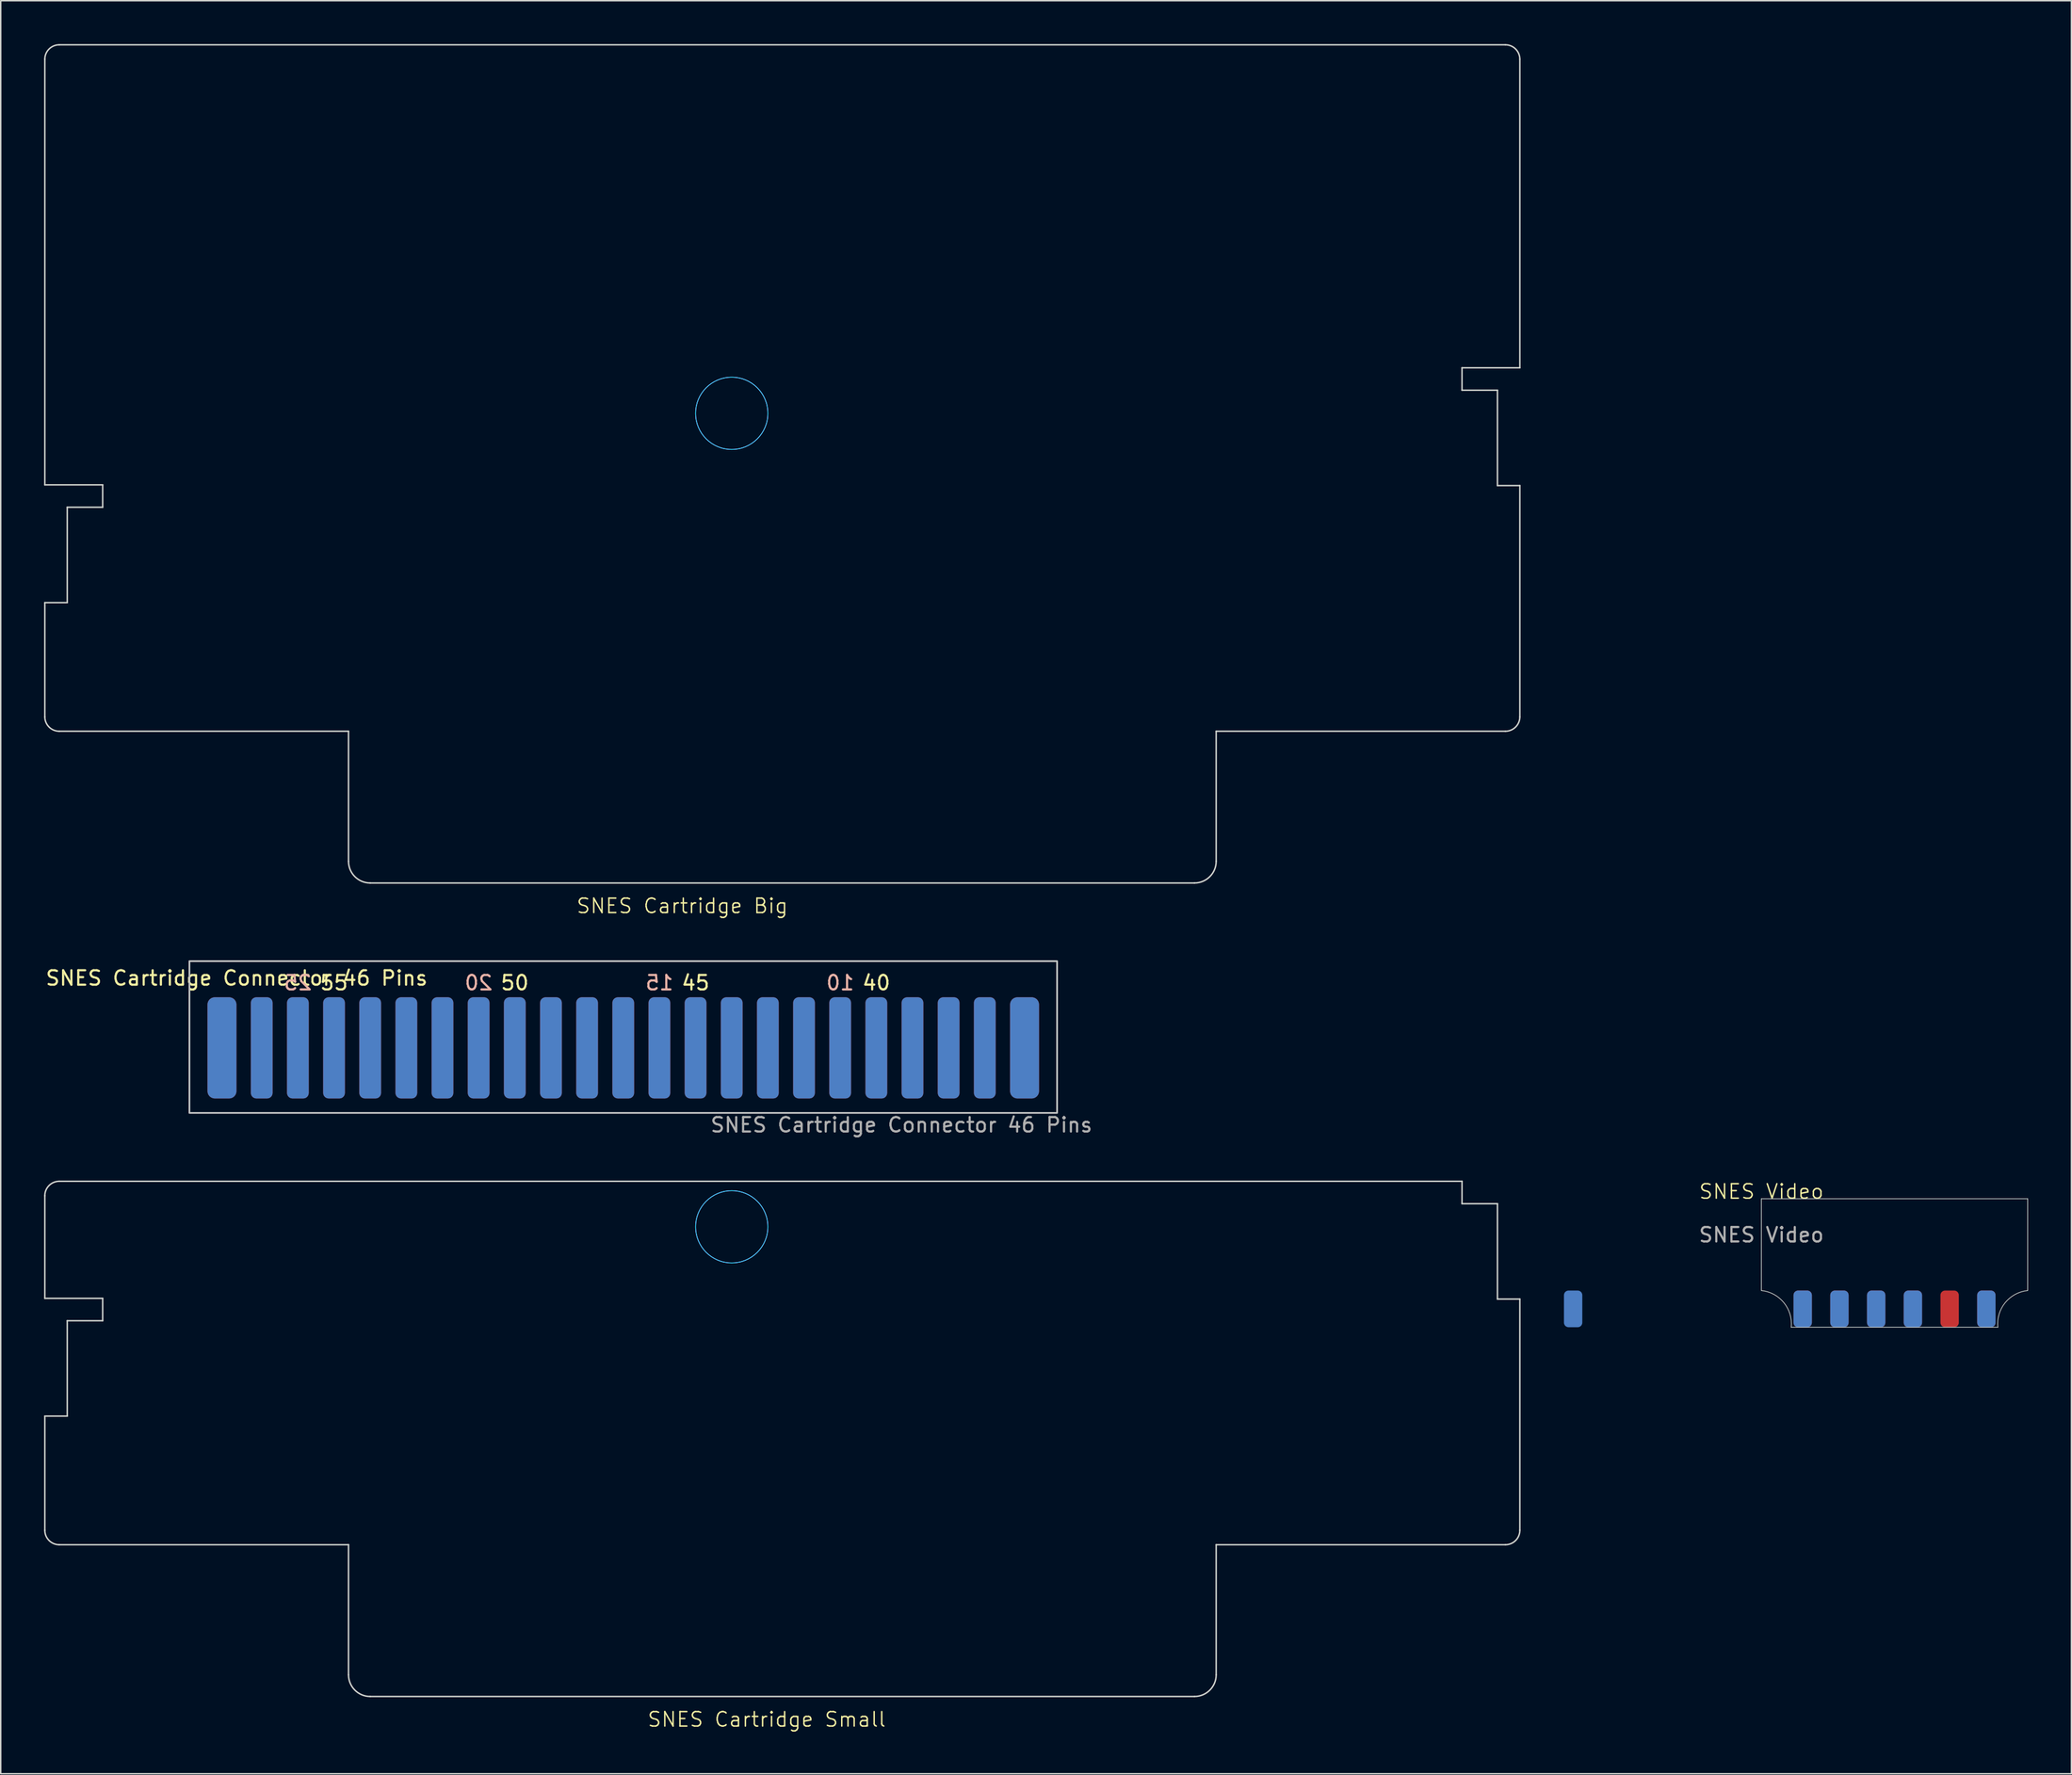
<source format=kicad_pcb>
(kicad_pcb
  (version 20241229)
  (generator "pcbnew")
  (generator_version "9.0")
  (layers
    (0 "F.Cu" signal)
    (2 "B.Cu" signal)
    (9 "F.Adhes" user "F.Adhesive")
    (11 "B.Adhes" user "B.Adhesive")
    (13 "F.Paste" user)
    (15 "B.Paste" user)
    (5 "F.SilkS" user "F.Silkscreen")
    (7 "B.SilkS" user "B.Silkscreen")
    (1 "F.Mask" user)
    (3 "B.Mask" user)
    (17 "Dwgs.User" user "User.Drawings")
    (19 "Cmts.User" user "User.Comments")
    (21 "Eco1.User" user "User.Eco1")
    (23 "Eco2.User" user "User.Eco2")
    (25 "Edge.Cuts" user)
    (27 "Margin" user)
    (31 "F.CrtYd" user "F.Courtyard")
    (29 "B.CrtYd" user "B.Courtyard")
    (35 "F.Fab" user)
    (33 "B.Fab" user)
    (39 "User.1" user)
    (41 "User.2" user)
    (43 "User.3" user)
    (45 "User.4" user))
  (footprint "SNES Cartridge Big"
    (layer "F.Cu")
    (at 23.3 53.55)
    (property "Reference" "SNES Cartridge Big" (at 20.828 6.088 0) (unlocked yes) (layer "F.SilkS") (effects (font (size 1 1) (thickness 0.1))))
    (fp_line (start -23.25 -52.5) (end -23.25 -23.05) (stroke (width 0.1) (type solid)) (layer "Edge.Cuts"))
    (fp_line (start -23.25 -14.9) (end -21.7 -14.9) (stroke (width 0.1) (type solid)) (layer "Edge.Cuts"))
    (fp_line (start -23.25 -7) (end -23.25 -14.9) (stroke (width 0.1) (type solid)) (layer "Edge.Cuts"))
    (fp_line (start -21.7 -21.5) (end -19.25 -21.5) (stroke (width 0.1) (type solid)) (layer "Edge.Cuts"))
    (fp_line (start -21.7 -14.9) (end -21.7 -21.5) (stroke (width 0.1) (type solid)) (layer "Edge.Cuts"))
    (fp_line (start -19.25 -23.05) (end -23.25 -23.05) (stroke (width 0.1) (type solid)) (layer "Edge.Cuts"))
    (fp_line (start -19.25 -23.05) (end -19.25 -21.5) (stroke (width 0.1) (type solid)) (layer "Edge.Cuts"))
    (fp_line (start -2.25 -6) (end -22.25 -6) (stroke (width 0.1) (type solid)) (layer "Edge.Cuts"))
    (fp_line (start -2.25 3) (end -2.25 -6) (stroke (width 0.1) (type solid)) (layer "Edge.Cuts"))
    (fp_line (start 56.25 4.5) (end -0.75 4.5) (stroke (width 0.1) (type solid)) (layer "Edge.Cuts"))
    (fp_line (start 57.75 -6) (end 57.75 3) (stroke (width 0.1) (type solid)) (layer "Edge.Cuts"))
    (fp_line (start 74.75 -31.15) (end 74.75 -29.6) (stroke (width 0.1) (type solid)) (layer "Edge.Cuts"))
    (fp_line (start 74.75 -29.6) (end 77.2 -29.6) (stroke (width 0.1) (type solid)) (layer "Edge.Cuts"))
    (fp_line (start 77.2 -29.6) (end 77.2 -23) (stroke (width 0.1) (type solid)) (layer "Edge.Cuts"))
    (fp_line (start 77.2 -23) (end 78.75 -23) (stroke (width 0.1) (type solid)) (layer "Edge.Cuts"))
    (fp_line (start 77.75 -53.5) (end -22.25 -53.5) (stroke (width 0.1) (type solid)) (layer "Edge.Cuts"))
    (fp_line (start 77.75 -6) (end 57.75 -6) (stroke (width 0.1) (type solid)) (layer "Edge.Cuts"))
    (fp_line (start 78.75 -52.5) (end 78.75 -31.15) (stroke (width 0.1) (type default)) (layer "Edge.Cuts"))
    (fp_line (start 78.75 -31.15) (end 74.75 -31.15) (stroke (width 0.1) (type default)) (layer "Edge.Cuts"))
    (fp_line (start 78.75 -23) (end 78.75 -7) (stroke (width 0.1) (type solid)) (layer "Edge.Cuts"))
    (fp_arc (start -23.25 -52.5) (mid -22.957107 -53.207107) (end -22.25 -53.5) (stroke (width 0.1) (type default)) (layer "Edge.Cuts"))
    (fp_arc (start -22.25 -6) (mid -22.957107 -6.292893) (end -23.25 -7) (stroke (width 0.1) (type default)) (layer "Edge.Cuts"))
    (fp_arc (start -0.75 4.5) (mid -1.81066 4.06066) (end -2.25 3) (stroke (width 0.1) (type default)) (layer "Edge.Cuts"))
    (fp_arc (start 57.75 3) (mid 57.31066 4.06066) (end 56.25 4.5) (stroke (width 0.1) (type default)) (layer "Edge.Cuts"))
    (fp_arc (start 77.75 -53.5) (mid 78.457107 -53.207107) (end 78.75 -52.5) (stroke (width 0.1) (type default)) (layer "Edge.Cuts"))
    (fp_arc (start 78.75 -7) (mid 78.457107 -6.292893) (end 77.75 -6) (stroke (width 0.1) (type default)) (layer "Edge.Cuts"))
    (fp_circle (center 24.25 -28) (end 26.75 -28) (stroke (width 0.05) (type solid)) (fill no) (layer "B.CrtYd"))
    (fp_circle (center 24.25 -28) (end 26.75 -28) (stroke (width 0.05) (type solid)) (fill no) (layer "F.CrtYd")))
  (footprint "SNES Video"
    (layer "F.Cu")
    (at 118.752 79.901)
    (property "Reference" "SNES Video" (at 0 -0.5 0) (unlocked yes) (layer "F.SilkS") (effects (font (size 1 1) (thickness 0.1))))
    (attr smd)
    (fp_line (start 0 0) (end 18.415 0) (stroke (width 0.05) (type default)) (layer "Edge.Cuts"))
    (fp_line (start 0 6.35) (end 0 0) (stroke (width 0.05) (type default)) (layer "Edge.Cuts"))
    (fp_line (start 16.351 8.89) (end 2.064 8.89) (stroke (width 0.05) (type default)) (layer "Edge.Cuts"))
    (fp_line (start 18.415 0) (end 18.415 6.35) (stroke (width 0.05) (type default)) (layer "Edge.Cuts"))
    (fp_arc (start 0 6.35) (mid 1.557926 7.192583) (end 2.06375 8.89) (stroke (width 0.05) (type default)) (layer "Edge.Cuts"))
    (fp_arc (start 16.35125 8.89) (mid 16.857074 7.192583) (end 18.415 6.35) (stroke (width 0.05) (type default)) (layer "Edge.Cuts"))
    (fp_text user "${REFERENCE}" (at 0 2.5 0) (unlocked yes) (layer "F.Fab") (effects (font (size 1 1) (thickness 0.15))))
    (pad "1" smd roundrect (at 2.857 7.62) (size 1.27 2.54) (layers "F.Cu" "F.Mask" "F.Paste") (roundrect_rratio 0.25))
    (pad "2" smd roundrect (at 2.857 7.62) (size 1.27 2.54) (layers "B.Cu" "B.Mask" "B.Paste") (roundrect_rratio 0.25))
    (pad "3" smd roundrect (at 5.397 7.62) (size 1.27 2.54) (layers "F.Cu" "F.Mask" "F.Paste") (roundrect_rratio 0.25))
    (pad "4" smd roundrect (at 5.397 7.62) (size 1.27 2.54) (layers "B.Cu" "B.Mask" "B.Paste") (roundrect_rratio 0.25))
    (pad "5" smd roundrect (at 7.938 7.62) (size 1.27 2.54) (layers "F.Cu" "F.Mask" "F.Paste") (roundrect_rratio 0.25))
    (pad "6" smd roundrect (at 7.938 7.62) (size 1.27 2.54) (layers "B.Cu" "B.Mask" "B.Paste") (roundrect_rratio 0.25))
    (pad "7" smd roundrect (at 10.477 7.62) (size 1.27 2.54) (layers "F.Cu" "F.Mask" "F.Paste") (roundrect_rratio 0.25))
    (pad "8" smd roundrect (at 10.477 7.62) (size 1.27 2.54) (layers "B.Cu" "B.Mask" "B.Paste") (roundrect_rratio 0.25))
    (pad "9" smd roundrect (at 13.018 7.62) (size 1.27 2.54) (layers "F.Cu" "F.Mask" "F.Paste") (roundrect_rratio 0.25))
    (pad "10" smd roundrect (at -13.018 7.62) (size 1.27 2.54) (layers "B.Cu" "B.Mask" "B.Paste") (roundrect_rratio 0.25))
    (pad "11" smd roundrect (at 15.557 7.62) (size 1.27 2.54) (layers "F.Cu" "F.Mask" "F.Paste") (roundrect_rratio 0.25))
    (pad "12" smd roundrect (at 15.557 7.62) (size 1.27 2.54) (layers "B.Cu" "B.Mask" "B.Paste") (roundrect_rratio 0.25)))
  (footprint "SNES Cartridge Connector 46 Pins"
    (layer "F.Cu")
    (at 12.299 69.459)
    (property "Reference" "SNES Cartridge Connector 46 Pins" (at 1.016 -4.826 0) (unlocked yes) (layer "F.SilkS") (effects (font (size 1 1) (thickness 0.15))))
    (attr smd)
    (fp_rect (start -2.25 -3.5) (end 57.75 4.5) (stroke (width 0.12) (type solid)) (fill yes) (layer "F.Mask"))
    (fp_rect (start -2.25 -3.5) (end 57.75 4.5) (stroke (width 0.12) (type solid)) (fill yes) (layer "B.Mask"))
    (fp_rect (start -2.25 4.5) (end 57.75 -6) (stroke (width 0.12) (type solid)) (fill no) (layer "Dwgs.User"))
    (fp_text user "45" (at 32.75 -4.5 0) (unlocked yes) (layer "F.SilkS") (effects (font (size 1 1) (thickness 0.15))))
    (fp_text user "40" (at 45.25 -4.5 0) (unlocked yes) (layer "F.SilkS") (effects (font (size 1 1) (thickness 0.15))))
    (fp_text user "50" (at 20.25 -4.5 0) (unlocked yes) (layer "F.SilkS") (effects (font (size 1 1) (thickness 0.15))))
    (fp_text user "55" (at 7.75 -4.5 0) (unlocked yes) (layer "F.SilkS") (effects (font (size 1 1) (thickness 0.15))))
    (fp_text user "25" (at 5.25 -4.5 0) (unlocked yes) (layer "B.SilkS") (effects (font (size 1 1) (thickness 0.15)) (justify mirror)))
    (fp_text user "20" (at 17.75 -4.5 0) (unlocked yes) (layer "B.SilkS") (effects (font (size 1 1) (thickness 0.15)) (justify mirror)))
    (fp_text user "15" (at 30.25 -4.5 0) (unlocked yes) (layer "B.SilkS") (effects (font (size 1 1) (thickness 0.15)) (justify mirror)))
    (fp_text user "10" (at 42.75 -4.5 0) (unlocked yes) (layer "B.SilkS") (effects (font (size 1 1) (thickness 0.15)) (justify mirror)))
    (fp_text user "${REFERENCE}" (at 46.99 5.334 0) (unlocked yes) (layer "F.Fab") (effects (font (size 1 1) (thickness 0.15))))
    (pad "5" connect roundrect (at 55.5 0) (size 2 7) (layers "B.Cu" "B.Mask") (roundrect_rratio 0.25))
    (pad "6" connect roundrect (at 52.75 0) (size 1.5 7) (layers "B.Cu" "B.Mask") (roundrect_rratio 0.25))
    (pad "7" connect roundrect (at 50.25 0) (size 1.5 7) (layers "B.Cu" "B.Mask") (roundrect_rratio 0.25))
    (pad "8" connect roundrect (at 47.75 0) (size 1.5 7) (layers "B.Cu" "B.Mask") (roundrect_rratio 0.25))
    (pad "9" connect roundrect (at 45.25 0) (size 1.5 7) (layers "B.Cu" "B.Mask") (roundrect_rratio 0.25))
    (pad "10" connect roundrect (at 42.75 0) (size 1.5 7) (layers "B.Cu" "B.Mask") (roundrect_rratio 0.25))
    (pad "11" connect roundrect (at 40.25 0) (size 1.5 7) (layers "B.Cu" "B.Mask") (roundrect_rratio 0.25))
    (pad "12" connect roundrect (at 37.75 0) (size 1.5 7) (layers "B.Cu" "B.Mask") (roundrect_rratio 0.25))
    (pad "13" connect roundrect (at 35.25 0) (size 1.5 7) (layers "B.Cu" "B.Mask") (roundrect_rratio 0.25))
    (pad "14" connect roundrect (at 32.75 0) (size 1.5 7) (layers "B.Cu" "B.Mask") (roundrect_rratio 0.25))
    (pad "15" connect roundrect (at 30.25 0) (size 1.5 7) (layers "B.Cu" "B.Mask") (roundrect_rratio 0.25))
    (pad "16" connect roundrect (at 27.75 0) (size 1.5 7) (layers "B.Cu" "B.Mask") (roundrect_rratio 0.25))
    (pad "17" connect roundrect (at 25.25 0) (size 1.5 7) (layers "B.Cu" "B.Mask") (roundrect_rratio 0.25))
    (pad "18" connect roundrect (at 22.75 0) (size 1.5 7) (layers "B.Cu" "B.Mask") (roundrect_rratio 0.25))
    (pad "19" connect roundrect (at 20.25 0) (size 1.5 7) (layers "B.Cu" "B.Mask") (roundrect_rratio 0.25))
    (pad "20" connect roundrect (at 17.75 0) (size 1.5 7) (layers "B.Cu" "B.Mask") (roundrect_rratio 0.25))
    (pad "21" connect roundrect (at 15.25 0) (size 1.5 7) (layers "B.Cu" "B.Mask") (roundrect_rratio 0.25))
    (pad "22" connect roundrect (at 12.75 0) (size 1.5 7) (layers "B.Cu" "B.Mask") (roundrect_rratio 0.25))
    (pad "23" connect roundrect (at 10.25 0) (size 1.5 7) (layers "B.Cu" "B.Mask") (roundrect_rratio 0.25))
    (pad "24" connect roundrect (at 7.75 0) (size 1.5 7) (layers "B.Cu" "B.Mask") (roundrect_rratio 0.25))
    (pad "25" connect roundrect (at 5.25 0) (size 1.5 7) (layers "B.Cu" "B.Mask") (roundrect_rratio 0.25))
    (pad "26" connect roundrect (at 2.75 0) (size 1.5 7) (layers "B.Cu" "B.Mask") (roundrect_rratio 0.25))
    (pad "27" connect roundrect (at 0 0) (size 2 7) (layers "B.Cu" "B.Mask") (roundrect_rratio 0.25))
    (pad "36" connect roundrect (at 55.5 0) (size 2 7) (layers "F.Cu" "F.Mask") (roundrect_rratio 0.25))
    (pad "37" connect roundrect (at 52.75 0) (size 1.5 7) (layers "F.Cu" "F.Mask") (roundrect_rratio 0.25))
    (pad "38" connect roundrect (at 50.25 0) (size 1.5 7) (layers "F.Cu" "F.Mask") (roundrect_rratio 0.25))
    (pad "39" connect roundrect (at 47.75 0) (size 1.5 7) (layers "F.Cu" "F.Mask") (roundrect_rratio 0.25))
    (pad "40" connect roundrect (at 45.25 0) (size 1.5 7) (layers "F.Cu" "F.Mask") (roundrect_rratio 0.25))
    (pad "41" connect roundrect (at 42.75 0) (size 1.5 7) (layers "F.Cu" "F.Mask") (roundrect_rratio 0.25))
    (pad "42" connect roundrect (at 40.25 0) (size 1.5 7) (layers "F.Cu" "F.Mask") (roundrect_rratio 0.25))
    (pad "43" connect roundrect (at 37.75 0) (size 1.5 7) (layers "F.Cu" "F.Mask") (roundrect_rratio 0.25))
    (pad "44" connect roundrect (at 35.25 0) (size 1.5 7) (layers "F.Cu" "F.Mask") (roundrect_rratio 0.25))
    (pad "45" connect roundrect (at 32.75 0) (size 1.5 7) (layers "F.Cu" "F.Mask") (roundrect_rratio 0.25))
    (pad "46" connect roundrect (at 30.25 0) (size 1.5 7) (layers "F.Cu" "F.Mask") (roundrect_rratio 0.25))
    (pad "47" connect roundrect (at 27.75 0) (size 1.5 7) (layers "F.Cu" "F.Mask") (roundrect_rratio 0.25))
    (pad "48" connect roundrect (at 25.25 0) (size 1.5 7) (layers "F.Cu" "F.Mask") (roundrect_rratio 0.25))
    (pad "49" connect roundrect (at 22.75 0) (size 1.5 7) (layers "F.Cu" "F.Mask") (roundrect_rratio 0.25))
    (pad "50" connect roundrect (at 20.25 0) (size 1.5 7) (layers "F.Cu" "F.Mask") (roundrect_rratio 0.25))
    (pad "51" connect roundrect (at 17.75 0) (size 1.5 7) (layers "F.Cu" "F.Mask") (roundrect_rratio 0.25))
    (pad "52" connect roundrect (at 15.25 0) (size 1.5 7) (layers "F.Cu" "F.Mask") (roundrect_rratio 0.25))
    (pad "53" connect roundrect (at 12.75 0) (size 1.5 7) (layers "F.Cu" "F.Mask") (roundrect_rratio 0.25))
    (pad "54" connect roundrect (at 10.25 0) (size 1.5 7) (layers "F.Cu" "F.Mask") (roundrect_rratio 0.25))
    (pad "55" connect roundrect (at 7.75 0) (size 1.5 7) (layers "F.Cu" "F.Mask") (roundrect_rratio 0.25))
    (pad "56" connect roundrect (at 5.25 0) (size 1.5 7) (layers "F.Cu" "F.Mask") (roundrect_rratio 0.25))
    (pad "57" connect roundrect (at 2.75 0) (size 1.5 7) (layers "F.Cu" "F.Mask") (roundrect_rratio 0.25))
    (pad "58" connect roundrect (at 0 0) (size 2 7) (layers "F.Cu" "F.Mask") (roundrect_rratio 0.25)))
  (footprint "SNES Cartridge Small"
    (layer "F.Cu")
    (at 23.3 109.841)
    (property "Reference" "SNES Cartridge Small" (at 26.67 6.088 0) (unlocked yes) (layer "F.SilkS") (effects (font (size 1 1) (thickness 0.1))))
    (fp_line (start -23.25 -30.15) (end -23.25 -23.05) (stroke (width 0.1) (type solid)) (layer "Edge.Cuts"))
    (fp_line (start -23.25 -14.9) (end -21.7 -14.9) (stroke (width 0.1) (type solid)) (layer "Edge.Cuts"))
    (fp_line (start -23.25 -7) (end -23.25 -14.9) (stroke (width 0.1) (type solid)) (layer "Edge.Cuts"))
    (fp_line (start -21.7 -21.5) (end -19.25 -21.5) (stroke (width 0.1) (type solid)) (layer "Edge.Cuts"))
    (fp_line (start -21.7 -14.9) (end -21.7 -21.5) (stroke (width 0.1) (type solid)) (layer "Edge.Cuts"))
    (fp_line (start -19.25 -23.05) (end -23.25 -23.05) (stroke (width 0.1) (type solid)) (layer "Edge.Cuts"))
    (fp_line (start -19.25 -23.05) (end -19.25 -21.5) (stroke (width 0.1) (type solid)) (layer "Edge.Cuts"))
    (fp_line (start -2.25 -6) (end -22.25 -6) (stroke (width 0.1) (type solid)) (layer "Edge.Cuts"))
    (fp_line (start -2.25 3) (end -2.25 -6) (stroke (width 0.1) (type solid)) (layer "Edge.Cuts"))
    (fp_line (start 56.25 4.5) (end -0.75 4.5) (stroke (width 0.1) (type solid)) (layer "Edge.Cuts"))
    (fp_line (start 57.75 -6) (end 57.75 3) (stroke (width 0.1) (type solid)) (layer "Edge.Cuts"))
    (fp_line (start 74.75 -31.15) (end -22.25 -31.15) (stroke (width 0.1) (type solid)) (layer "Edge.Cuts"))
    (fp_line (start 74.75 -31.15) (end 74.75 -29.6) (stroke (width 0.1) (type solid)) (layer "Edge.Cuts"))
    (fp_line (start 74.75 -29.6) (end 77.2 -29.6) (stroke (width 0.1) (type solid)) (layer "Edge.Cuts"))
    (fp_line (start 77.2 -29.6) (end 77.2 -23) (stroke (width 0.1) (type solid)) (layer "Edge.Cuts"))
    (fp_line (start 77.2 -23) (end 78.75 -23) (stroke (width 0.1) (type solid)) (layer "Edge.Cuts"))
    (fp_line (start 77.75 -6) (end 57.75 -6) (stroke (width 0.1) (type solid)) (layer "Edge.Cuts"))
    (fp_line (start 78.75 -23) (end 78.75 -7) (stroke (width 0.1) (type solid)) (layer "Edge.Cuts"))
    (fp_arc (start -23.25 -30.15) (mid -22.957106 -30.857106) (end -22.25 -31.15) (stroke (width 0.1) (type default)) (layer "Edge.Cuts"))
    (fp_arc (start -22.25 -6) (mid -22.957106 -6.292894) (end -23.25 -7) (stroke (width 0.1) (type default)) (layer "Edge.Cuts"))
    (fp_arc (start -0.75 4.5) (mid -1.81066 4.06066) (end -2.25 3) (stroke (width 0.1) (type default)) (layer "Edge.Cuts"))
    (fp_arc (start 57.75 3) (mid 57.31066 4.06066) (end 56.25 4.5) (stroke (width 0.1) (type default)) (layer "Edge.Cuts"))
    (fp_arc (start 78.75 -7) (mid 78.457107 -6.292893) (end 77.75 -6) (stroke (width 0.1) (type default)) (layer "Edge.Cuts"))
    (fp_circle (center 24.25 -28) (end 26.75 -28) (stroke (width 0.05) (type solid)) (fill no) (layer "B.CrtYd"))
    (fp_circle (center 24.25 -28) (end 26.75 -28) (stroke (width 0.05) (type solid)) (fill no) (layer "F.CrtYd")))
  (gr_rect
    (start -3 -3)
    (end 140.192 119.689)
    (stroke (width 0.1) (type default))
    (fill no)
    (layer "Edge.Cuts")))
</source>
